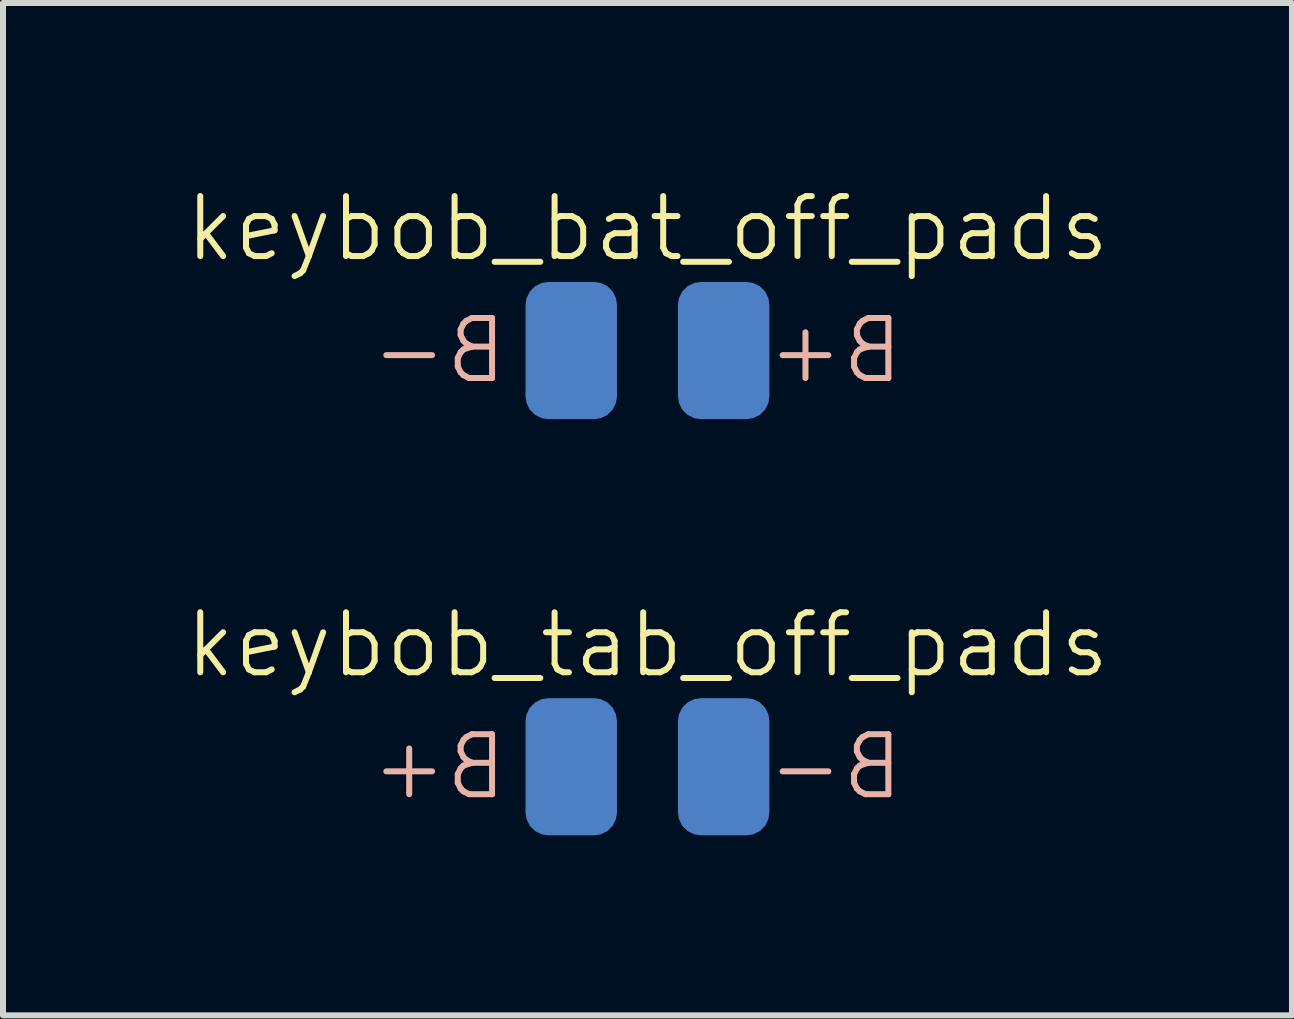
<source format=kicad_pcb>
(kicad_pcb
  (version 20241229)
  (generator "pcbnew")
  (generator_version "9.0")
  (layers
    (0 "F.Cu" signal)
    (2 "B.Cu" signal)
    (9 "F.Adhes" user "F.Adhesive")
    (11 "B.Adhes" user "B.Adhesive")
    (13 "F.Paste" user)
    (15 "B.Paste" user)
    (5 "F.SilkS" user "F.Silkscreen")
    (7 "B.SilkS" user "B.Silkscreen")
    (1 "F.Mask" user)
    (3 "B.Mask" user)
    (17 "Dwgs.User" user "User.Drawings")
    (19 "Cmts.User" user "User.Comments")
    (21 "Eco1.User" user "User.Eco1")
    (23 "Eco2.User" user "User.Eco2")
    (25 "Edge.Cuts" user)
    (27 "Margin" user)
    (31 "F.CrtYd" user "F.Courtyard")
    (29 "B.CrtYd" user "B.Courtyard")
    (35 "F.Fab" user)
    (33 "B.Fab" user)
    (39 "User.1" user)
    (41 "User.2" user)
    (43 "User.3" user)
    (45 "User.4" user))
  (footprint "keybob_tab_off_pads"
    (layer "F.Cu")
    (at 7.74 9.728)
    (property "Reference" "keybob_tab_off_pads" (at 0 -2.032 0) (unlocked yes) (layer "F.SilkS") (effects (font (size 1 1) (thickness 0.1))))
    (attr smd)
    (fp_text user "B-" (at 4.318 0 0) (unlocked yes) (layer "B.SilkS") (effects (font (size 1 1) (thickness 0.1)) (justify left mirror)))
    (fp_text user "B+" (at -2.286 0 0) (unlocked yes) (layer "B.SilkS") (effects (font (size 1 1) (thickness 0.1)) (justify left mirror)))
    (pad "1" smd roundrect (at -1.27 0 270) (size 2.286 1.524) (layers "B.Cu" "B.Mask" "B.Paste") (roundrect_rratio 0.25))
    (pad "2" smd roundrect (at 1.27 0 270) (size 2.286 1.524) (layers "B.Cu" "B.Mask" "B.Paste") (roundrect_rratio 0.25)))
  (footprint "keybob_bat_off_pads"
    (layer "F.Cu")
    (at 7.74 2.792)
    (property "Reference" "keybob_bat_off_pads" (at 0 -2.032 0) (unlocked yes) (layer "F.SilkS") (effects (font (size 1 1) (thickness 0.1))))
    (attr smd)
    (fp_text user "B+" (at 4.318 0 0) (unlocked yes) (layer "B.SilkS") (effects (font (size 1 1) (thickness 0.1)) (justify left mirror)))
    (fp_text user "B-" (at -2.286 0 0) (unlocked yes) (layer "B.SilkS") (effects (font (size 1 1) (thickness 0.1)) (justify left mirror)))
    (pad "1" smd roundrect (at -1.27 0 270) (size 2.286 1.524) (layers "B.Cu" "B.Mask" "B.Paste") (roundrect_rratio 0.25))
    (pad "2" smd roundrect (at 1.27 0 270) (size 2.286 1.524) (layers "B.Cu" "B.Mask" "B.Paste") (roundrect_rratio 0.25)))
  (gr_rect
    (start -3 -3)
    (end 18.481 13.871)
    (stroke (width 0.1) (type default))
    (fill no)
    (layer "Edge.Cuts")))
</source>
